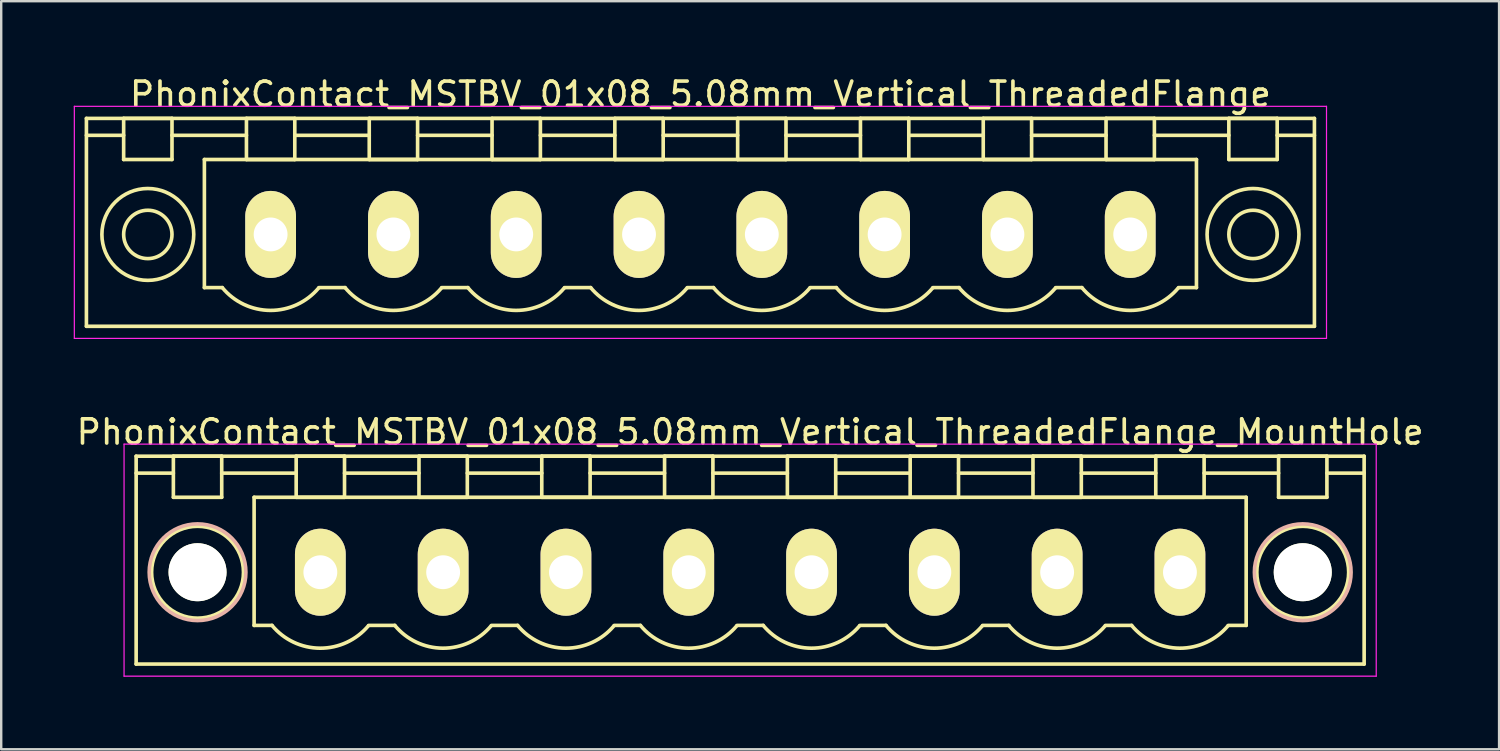
<source format=kicad_pcb>
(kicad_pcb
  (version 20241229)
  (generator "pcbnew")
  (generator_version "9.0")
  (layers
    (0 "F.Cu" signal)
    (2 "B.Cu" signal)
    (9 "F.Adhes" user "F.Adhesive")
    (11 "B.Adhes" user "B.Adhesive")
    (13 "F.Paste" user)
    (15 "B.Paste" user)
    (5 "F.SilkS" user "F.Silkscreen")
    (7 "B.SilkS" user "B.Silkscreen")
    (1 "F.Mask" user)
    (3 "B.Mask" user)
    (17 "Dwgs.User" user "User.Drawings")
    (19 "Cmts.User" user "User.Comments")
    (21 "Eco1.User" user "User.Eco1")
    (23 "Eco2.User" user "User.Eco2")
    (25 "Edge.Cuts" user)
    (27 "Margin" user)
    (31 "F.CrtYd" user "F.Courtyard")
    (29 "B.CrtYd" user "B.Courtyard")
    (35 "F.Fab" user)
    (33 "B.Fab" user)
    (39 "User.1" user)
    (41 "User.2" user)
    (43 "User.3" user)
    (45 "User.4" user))
  (footprint "PhonixContact_MSTBV_01x08_5.08mm_Vertical_ThreadedFlange"
    (layer "F.Cu")
    (at 8.145 6.648)
    (property "Reference" "PhonixContact_MSTBV_01x08_5.08mm_Vertical_ThreadedFlange" (at 17.78 -5.8 0) (layer "F.SilkS") (effects (font (size 1 1) (thickness 0.15))))
    (attr through_hole)
    (fp_line (start -7.62 -4.8) (end -7.62 3.8) (stroke (width 0.15) (type solid)) (layer "F.SilkS"))
    (fp_line (start -7.62 -4.1) (end -6.08 -4.1) (stroke (width 0.15) (type solid)) (layer "F.SilkS"))
    (fp_line (start -7.62 3.8) (end 43.18 3.8) (stroke (width 0.15) (type solid)) (layer "F.SilkS"))
    (fp_line (start -6.08 -4.8) (end -4.08 -4.8) (stroke (width 0.15) (type solid)) (layer "F.SilkS"))
    (fp_line (start -6.08 -3.1) (end -6.08 -4.8) (stroke (width 0.15) (type solid)) (layer "F.SilkS"))
    (fp_line (start -4.08 -4.8) (end -4.08 -3.1) (stroke (width 0.15) (type solid)) (layer "F.SilkS"))
    (fp_line (start -4.08 -4.1) (end -1 -4.1) (stroke (width 0.15) (type solid)) (layer "F.SilkS"))
    (fp_line (start -4.08 -3.1) (end -6.08 -3.1) (stroke (width 0.15) (type solid)) (layer "F.SilkS"))
    (fp_line (start -2.74 -3.1) (end 38.3 -3.1) (stroke (width 0.15) (type solid)) (layer "F.SilkS"))
    (fp_line (start -2.74 2.2) (end -2.74 -3.1) (stroke (width 0.15) (type solid)) (layer "F.SilkS"))
    (fp_line (start -2 2.2) (end -2.74 2.2) (stroke (width 0.15) (type solid)) (layer "F.SilkS"))
    (fp_line (start -1 -4.8) (end 1 -4.8) (stroke (width 0.15) (type solid)) (layer "F.SilkS"))
    (fp_line (start -1 -3.1) (end -1 -4.8) (stroke (width 0.15) (type solid)) (layer "F.SilkS"))
    (fp_line (start 1 -4.8) (end 1 -3.1) (stroke (width 0.15) (type solid)) (layer "F.SilkS"))
    (fp_line (start 1 -4.1) (end 4.08 -4.1) (stroke (width 0.15) (type solid)) (layer "F.SilkS"))
    (fp_line (start 1 -3.1) (end -1 -3.1) (stroke (width 0.15) (type solid)) (layer "F.SilkS"))
    (fp_line (start 2 2.2) (end 3.08 2.2) (stroke (width 0.15) (type solid)) (layer "F.SilkS"))
    (fp_line (start 4.08 -4.8) (end 6.08 -4.8) (stroke (width 0.15) (type solid)) (layer "F.SilkS"))
    (fp_line (start 4.08 -3.1) (end 4.08 -4.8) (stroke (width 0.15) (type solid)) (layer "F.SilkS"))
    (fp_line (start 6.08 -4.8) (end 6.08 -3.1) (stroke (width 0.15) (type solid)) (layer "F.SilkS"))
    (fp_line (start 6.08 -4.1) (end 9.16 -4.1) (stroke (width 0.15) (type solid)) (layer "F.SilkS"))
    (fp_line (start 6.08 -3.1) (end 4.08 -3.1) (stroke (width 0.15) (type solid)) (layer "F.SilkS"))
    (fp_line (start 7.08 2.2) (end 8.16 2.2) (stroke (width 0.15) (type solid)) (layer "F.SilkS"))
    (fp_line (start 9.16 -4.8) (end 11.16 -4.8) (stroke (width 0.15) (type solid)) (layer "F.SilkS"))
    (fp_line (start 9.16 -3.1) (end 9.16 -4.8) (stroke (width 0.15) (type solid)) (layer "F.SilkS"))
    (fp_line (start 11.16 -4.8) (end 11.16 -3.1) (stroke (width 0.15) (type solid)) (layer "F.SilkS"))
    (fp_line (start 11.16 -4.1) (end 14.24 -4.1) (stroke (width 0.15) (type solid)) (layer "F.SilkS"))
    (fp_line (start 11.16 -3.1) (end 9.16 -3.1) (stroke (width 0.15) (type solid)) (layer "F.SilkS"))
    (fp_line (start 12.16 2.2) (end 13.24 2.2) (stroke (width 0.15) (type solid)) (layer "F.SilkS"))
    (fp_line (start 14.24 -4.8) (end 16.24 -4.8) (stroke (width 0.15) (type solid)) (layer "F.SilkS"))
    (fp_line (start 14.24 -3.1) (end 14.24 -4.8) (stroke (width 0.15) (type solid)) (layer "F.SilkS"))
    (fp_line (start 16.24 -4.8) (end 16.24 -3.1) (stroke (width 0.15) (type solid)) (layer "F.SilkS"))
    (fp_line (start 16.24 -4.1) (end 19.32 -4.1) (stroke (width 0.15) (type solid)) (layer "F.SilkS"))
    (fp_line (start 16.24 -3.1) (end 14.24 -3.1) (stroke (width 0.15) (type solid)) (layer "F.SilkS"))
    (fp_line (start 17.24 2.2) (end 18.32 2.2) (stroke (width 0.15) (type solid)) (layer "F.SilkS"))
    (fp_line (start 19.32 -4.8) (end 21.32 -4.8) (stroke (width 0.15) (type solid)) (layer "F.SilkS"))
    (fp_line (start 19.32 -3.1) (end 19.32 -4.8) (stroke (width 0.15) (type solid)) (layer "F.SilkS"))
    (fp_line (start 21.32 -4.8) (end 21.32 -3.1) (stroke (width 0.15) (type solid)) (layer "F.SilkS"))
    (fp_line (start 21.32 -4.1) (end 24.4 -4.1) (stroke (width 0.15) (type solid)) (layer "F.SilkS"))
    (fp_line (start 21.32 -3.1) (end 19.32 -3.1) (stroke (width 0.15) (type solid)) (layer "F.SilkS"))
    (fp_line (start 22.32 2.2) (end 23.4 2.2) (stroke (width 0.15) (type solid)) (layer "F.SilkS"))
    (fp_line (start 24.4 -4.8) (end 26.4 -4.8) (stroke (width 0.15) (type solid)) (layer "F.SilkS"))
    (fp_line (start 24.4 -3.1) (end 24.4 -4.8) (stroke (width 0.15) (type solid)) (layer "F.SilkS"))
    (fp_line (start 26.4 -4.8) (end 26.4 -3.1) (stroke (width 0.15) (type solid)) (layer "F.SilkS"))
    (fp_line (start 26.4 -4.1) (end 29.48 -4.1) (stroke (width 0.15) (type solid)) (layer "F.SilkS"))
    (fp_line (start 26.4 -3.1) (end 24.4 -3.1) (stroke (width 0.15) (type solid)) (layer "F.SilkS"))
    (fp_line (start 27.4 2.2) (end 28.48 2.2) (stroke (width 0.15) (type solid)) (layer "F.SilkS"))
    (fp_line (start 29.48 -4.8) (end 31.48 -4.8) (stroke (width 0.15) (type solid)) (layer "F.SilkS"))
    (fp_line (start 29.48 -3.1) (end 29.48 -4.8) (stroke (width 0.15) (type solid)) (layer "F.SilkS"))
    (fp_line (start 31.48 -4.8) (end 31.48 -3.1) (stroke (width 0.15) (type solid)) (layer "F.SilkS"))
    (fp_line (start 31.48 -4.1) (end 34.56 -4.1) (stroke (width 0.15) (type solid)) (layer "F.SilkS"))
    (fp_line (start 31.48 -3.1) (end 29.48 -3.1) (stroke (width 0.15) (type solid)) (layer "F.SilkS"))
    (fp_line (start 32.48 2.2) (end 33.56 2.2) (stroke (width 0.15) (type solid)) (layer "F.SilkS"))
    (fp_line (start 34.56 -4.8) (end 36.56 -4.8) (stroke (width 0.15) (type solid)) (layer "F.SilkS"))
    (fp_line (start 34.56 -3.1) (end 34.56 -4.8) (stroke (width 0.15) (type solid)) (layer "F.SilkS"))
    (fp_line (start 36.56 -4.8) (end 36.56 -3.1) (stroke (width 0.15) (type solid)) (layer "F.SilkS"))
    (fp_line (start 36.56 -4.1) (end 39.64 -4.1) (stroke (width 0.15) (type solid)) (layer "F.SilkS"))
    (fp_line (start 36.56 -3.1) (end 34.56 -3.1) (stroke (width 0.15) (type solid)) (layer "F.SilkS"))
    (fp_line (start 38.3 -3.1) (end 38.3 2.2) (stroke (width 0.15) (type solid)) (layer "F.SilkS"))
    (fp_line (start 38.3 2.2) (end 37.56 2.2) (stroke (width 0.15) (type solid)) (layer "F.SilkS"))
    (fp_line (start 39.64 -4.8) (end 41.64 -4.8) (stroke (width 0.15) (type solid)) (layer "F.SilkS"))
    (fp_line (start 39.64 -3.1) (end 39.64 -4.8) (stroke (width 0.15) (type solid)) (layer "F.SilkS"))
    (fp_line (start 41.64 -4.8) (end 41.64 -3.1) (stroke (width 0.15) (type solid)) (layer "F.SilkS"))
    (fp_line (start 41.64 -3.1) (end 39.64 -3.1) (stroke (width 0.15) (type solid)) (layer "F.SilkS"))
    (fp_line (start 43.18 -4.8) (end -7.62 -4.8) (stroke (width 0.15) (type solid)) (layer "F.SilkS"))
    (fp_line (start 43.18 -4.1) (end 41.64 -4.1) (stroke (width 0.15) (type solid)) (layer "F.SilkS"))
    (fp_line (start 43.18 3.8) (end 43.18 -4.8) (stroke (width 0.15) (type solid)) (layer "F.SilkS"))
    (fp_arc (start 1.986842 2.215821) (mid -0.010289 3.142758) (end -2 2.2) (stroke (width 0.15) (type solid)) (layer "F.SilkS"))
    (fp_arc (start 7.066842 2.215821) (mid 5.069711 3.142758) (end 3.08 2.2) (stroke (width 0.15) (type solid)) (layer "F.SilkS"))
    (fp_arc (start 12.146842 2.215821) (mid 10.149711 3.142758) (end 8.16 2.2) (stroke (width 0.15) (type solid)) (layer "F.SilkS"))
    (fp_arc (start 17.226842 2.215821) (mid 15.229711 3.142758) (end 13.24 2.2) (stroke (width 0.15) (type solid)) (layer "F.SilkS"))
    (fp_arc (start 22.306842 2.215821) (mid 20.309711 3.142758) (end 18.32 2.2) (stroke (width 0.15) (type solid)) (layer "F.SilkS"))
    (fp_arc (start 27.386842 2.215821) (mid 25.389711 3.142758) (end 23.4 2.2) (stroke (width 0.15) (type solid)) (layer "F.SilkS"))
    (fp_arc (start 32.466842 2.215821) (mid 30.469711 3.142758) (end 28.48 2.2) (stroke (width 0.15) (type solid)) (layer "F.SilkS"))
    (fp_arc (start 37.546842 2.215821) (mid 35.549711 3.142758) (end 33.56 2.2) (stroke (width 0.15) (type solid)) (layer "F.SilkS"))
    (fp_circle (center -5.08 0) (end -4.08 0) (stroke (width 0.15) (type solid)) (fill no) (layer "F.SilkS"))
    (fp_circle (center -5.08 0) (end -3.18 0) (stroke (width 0.15) (type solid)) (fill no) (layer "F.SilkS"))
    (fp_circle (center 40.64 0) (end 41.64 0) (stroke (width 0.15) (type solid)) (fill no) (layer "F.SilkS"))
    (fp_circle (center 40.64 0) (end 42.54 0) (stroke (width 0.15) (type solid)) (fill no) (layer "F.SilkS"))
    (fp_line (start -8.12 -5.3) (end -8.12 4.3) (stroke (width 0.05) (type solid)) (layer "F.CrtYd"))
    (fp_line (start -8.12 4.3) (end 43.68 4.3) (stroke (width 0.05) (type solid)) (layer "F.CrtYd"))
    (fp_line (start 43.68 -5.3) (end -8.12 -5.3) (stroke (width 0.05) (type solid)) (layer "F.CrtYd"))
    (fp_line (start 43.68 4.3) (end 43.68 -5.3) (stroke (width 0.05) (type solid)) (layer "F.CrtYd"))
    (pad "1" thru_hole oval (at 0 0) (size 2.1 3.6) (drill 1.4) (layers "*.Cu" "*.Mask" "F.SilkS"))
    (pad "2" thru_hole oval (at 5.08 0) (size 2.1 3.6) (drill 1.4) (layers "*.Cu" "*.Mask" "F.SilkS"))
    (pad "3" thru_hole oval (at 10.16 0) (size 2.1 3.6) (drill 1.4) (layers "*.Cu" "*.Mask" "F.SilkS"))
    (pad "4" thru_hole oval (at 15.24 0) (size 2.1 3.6) (drill 1.4) (layers "*.Cu" "*.Mask" "F.SilkS"))
    (pad "5" thru_hole oval (at 20.32 0) (size 2.1 3.6) (drill 1.4) (layers "*.Cu" "*.Mask" "F.SilkS"))
    (pad "6" thru_hole oval (at 25.4 0) (size 2.1 3.6) (drill 1.4) (layers "*.Cu" "*.Mask" "F.SilkS"))
    (pad "7" thru_hole oval (at 30.48 0) (size 2.1 3.6) (drill 1.4) (layers "*.Cu" "*.Mask" "F.SilkS"))
    (pad "8" thru_hole oval (at 35.56 0) (size 2.1 3.6) (drill 1.4) (layers "*.Cu" "*.Mask" "F.SilkS")))
  (footprint "PhonixContact_MSTBV_01x08_5.08mm_Vertical_ThreadedFlange_MountHole"
    (layer "F.Cu")
    (at 10.202 20.622)
    (property "Reference" "PhonixContact_MSTBV_01x08_5.08mm_Vertical_ThreadedFlange_MountHole" (at 17.78 -5.8 0) (layer "F.SilkS") (effects (font (size 1 1) (thickness 0.15))))
    (attr through_hole)
    (fp_line (start -7.62 -4.8) (end -7.62 3.8) (stroke (width 0.15) (type solid)) (layer "F.SilkS"))
    (fp_line (start -7.62 -4.1) (end -6.08 -4.1) (stroke (width 0.15) (type solid)) (layer "F.SilkS"))
    (fp_line (start -7.62 3.8) (end 43.18 3.8) (stroke (width 0.15) (type solid)) (layer "F.SilkS"))
    (fp_line (start -6.08 -4.8) (end -4.08 -4.8) (stroke (width 0.15) (type solid)) (layer "F.SilkS"))
    (fp_line (start -6.08 -3.1) (end -6.08 -4.8) (stroke (width 0.15) (type solid)) (layer "F.SilkS"))
    (fp_line (start -4.08 -4.8) (end -4.08 -3.1) (stroke (width 0.15) (type solid)) (layer "F.SilkS"))
    (fp_line (start -4.08 -4.1) (end -1 -4.1) (stroke (width 0.15) (type solid)) (layer "F.SilkS"))
    (fp_line (start -4.08 -3.1) (end -6.08 -3.1) (stroke (width 0.15) (type solid)) (layer "F.SilkS"))
    (fp_line (start -2.74 -3.1) (end 38.3 -3.1) (stroke (width 0.15) (type solid)) (layer "F.SilkS"))
    (fp_line (start -2.74 2.2) (end -2.74 -3.1) (stroke (width 0.15) (type solid)) (layer "F.SilkS"))
    (fp_line (start -2 2.2) (end -2.74 2.2) (stroke (width 0.15) (type solid)) (layer "F.SilkS"))
    (fp_line (start -1 -4.8) (end 1 -4.8) (stroke (width 0.15) (type solid)) (layer "F.SilkS"))
    (fp_line (start -1 -3.1) (end -1 -4.8) (stroke (width 0.15) (type solid)) (layer "F.SilkS"))
    (fp_line (start 1 -4.8) (end 1 -3.1) (stroke (width 0.15) (type solid)) (layer "F.SilkS"))
    (fp_line (start 1 -4.1) (end 4.08 -4.1) (stroke (width 0.15) (type solid)) (layer "F.SilkS"))
    (fp_line (start 1 -3.1) (end -1 -3.1) (stroke (width 0.15) (type solid)) (layer "F.SilkS"))
    (fp_line (start 2 2.2) (end 3.08 2.2) (stroke (width 0.15) (type solid)) (layer "F.SilkS"))
    (fp_line (start 4.08 -4.8) (end 6.08 -4.8) (stroke (width 0.15) (type solid)) (layer "F.SilkS"))
    (fp_line (start 4.08 -3.1) (end 4.08 -4.8) (stroke (width 0.15) (type solid)) (layer "F.SilkS"))
    (fp_line (start 6.08 -4.8) (end 6.08 -3.1) (stroke (width 0.15) (type solid)) (layer "F.SilkS"))
    (fp_line (start 6.08 -4.1) (end 9.16 -4.1) (stroke (width 0.15) (type solid)) (layer "F.SilkS"))
    (fp_line (start 6.08 -3.1) (end 4.08 -3.1) (stroke (width 0.15) (type solid)) (layer "F.SilkS"))
    (fp_line (start 7.08 2.2) (end 8.16 2.2) (stroke (width 0.15) (type solid)) (layer "F.SilkS"))
    (fp_line (start 9.16 -4.8) (end 11.16 -4.8) (stroke (width 0.15) (type solid)) (layer "F.SilkS"))
    (fp_line (start 9.16 -3.1) (end 9.16 -4.8) (stroke (width 0.15) (type solid)) (layer "F.SilkS"))
    (fp_line (start 11.16 -4.8) (end 11.16 -3.1) (stroke (width 0.15) (type solid)) (layer "F.SilkS"))
    (fp_line (start 11.16 -4.1) (end 14.24 -4.1) (stroke (width 0.15) (type solid)) (layer "F.SilkS"))
    (fp_line (start 11.16 -3.1) (end 9.16 -3.1) (stroke (width 0.15) (type solid)) (layer "F.SilkS"))
    (fp_line (start 12.16 2.2) (end 13.24 2.2) (stroke (width 0.15) (type solid)) (layer "F.SilkS"))
    (fp_line (start 14.24 -4.8) (end 16.24 -4.8) (stroke (width 0.15) (type solid)) (layer "F.SilkS"))
    (fp_line (start 14.24 -3.1) (end 14.24 -4.8) (stroke (width 0.15) (type solid)) (layer "F.SilkS"))
    (fp_line (start 16.24 -4.8) (end 16.24 -3.1) (stroke (width 0.15) (type solid)) (layer "F.SilkS"))
    (fp_line (start 16.24 -4.1) (end 19.32 -4.1) (stroke (width 0.15) (type solid)) (layer "F.SilkS"))
    (fp_line (start 16.24 -3.1) (end 14.24 -3.1) (stroke (width 0.15) (type solid)) (layer "F.SilkS"))
    (fp_line (start 17.24 2.2) (end 18.32 2.2) (stroke (width 0.15) (type solid)) (layer "F.SilkS"))
    (fp_line (start 19.32 -4.8) (end 21.32 -4.8) (stroke (width 0.15) (type solid)) (layer "F.SilkS"))
    (fp_line (start 19.32 -3.1) (end 19.32 -4.8) (stroke (width 0.15) (type solid)) (layer "F.SilkS"))
    (fp_line (start 21.32 -4.8) (end 21.32 -3.1) (stroke (width 0.15) (type solid)) (layer "F.SilkS"))
    (fp_line (start 21.32 -4.1) (end 24.4 -4.1) (stroke (width 0.15) (type solid)) (layer "F.SilkS"))
    (fp_line (start 21.32 -3.1) (end 19.32 -3.1) (stroke (width 0.15) (type solid)) (layer "F.SilkS"))
    (fp_line (start 22.32 2.2) (end 23.4 2.2) (stroke (width 0.15) (type solid)) (layer "F.SilkS"))
    (fp_line (start 24.4 -4.8) (end 26.4 -4.8) (stroke (width 0.15) (type solid)) (layer "F.SilkS"))
    (fp_line (start 24.4 -3.1) (end 24.4 -4.8) (stroke (width 0.15) (type solid)) (layer "F.SilkS"))
    (fp_line (start 26.4 -4.8) (end 26.4 -3.1) (stroke (width 0.15) (type solid)) (layer "F.SilkS"))
    (fp_line (start 26.4 -4.1) (end 29.48 -4.1) (stroke (width 0.15) (type solid)) (layer "F.SilkS"))
    (fp_line (start 26.4 -3.1) (end 24.4 -3.1) (stroke (width 0.15) (type solid)) (layer "F.SilkS"))
    (fp_line (start 27.4 2.2) (end 28.48 2.2) (stroke (width 0.15) (type solid)) (layer "F.SilkS"))
    (fp_line (start 29.48 -4.8) (end 31.48 -4.8) (stroke (width 0.15) (type solid)) (layer "F.SilkS"))
    (fp_line (start 29.48 -3.1) (end 29.48 -4.8) (stroke (width 0.15) (type solid)) (layer "F.SilkS"))
    (fp_line (start 31.48 -4.8) (end 31.48 -3.1) (stroke (width 0.15) (type solid)) (layer "F.SilkS"))
    (fp_line (start 31.48 -4.1) (end 34.56 -4.1) (stroke (width 0.15) (type solid)) (layer "F.SilkS"))
    (fp_line (start 31.48 -3.1) (end 29.48 -3.1) (stroke (width 0.15) (type solid)) (layer "F.SilkS"))
    (fp_line (start 32.48 2.2) (end 33.56 2.2) (stroke (width 0.15) (type solid)) (layer "F.SilkS"))
    (fp_line (start 34.56 -4.8) (end 36.56 -4.8) (stroke (width 0.15) (type solid)) (layer "F.SilkS"))
    (fp_line (start 34.56 -3.1) (end 34.56 -4.8) (stroke (width 0.15) (type solid)) (layer "F.SilkS"))
    (fp_line (start 36.56 -4.8) (end 36.56 -3.1) (stroke (width 0.15) (type solid)) (layer "F.SilkS"))
    (fp_line (start 36.56 -4.1) (end 39.64 -4.1) (stroke (width 0.15) (type solid)) (layer "F.SilkS"))
    (fp_line (start 36.56 -3.1) (end 34.56 -3.1) (stroke (width 0.15) (type solid)) (layer "F.SilkS"))
    (fp_line (start 38.3 -3.1) (end 38.3 2.2) (stroke (width 0.15) (type solid)) (layer "F.SilkS"))
    (fp_line (start 38.3 2.2) (end 37.56 2.2) (stroke (width 0.15) (type solid)) (layer "F.SilkS"))
    (fp_line (start 39.64 -4.8) (end 41.64 -4.8) (stroke (width 0.15) (type solid)) (layer "F.SilkS"))
    (fp_line (start 39.64 -3.1) (end 39.64 -4.8) (stroke (width 0.15) (type solid)) (layer "F.SilkS"))
    (fp_line (start 41.64 -4.8) (end 41.64 -3.1) (stroke (width 0.15) (type solid)) (layer "F.SilkS"))
    (fp_line (start 41.64 -3.1) (end 39.64 -3.1) (stroke (width 0.15) (type solid)) (layer "F.SilkS"))
    (fp_line (start 43.18 -4.8) (end -7.62 -4.8) (stroke (width 0.15) (type solid)) (layer "F.SilkS"))
    (fp_line (start 43.18 -4.1) (end 41.64 -4.1) (stroke (width 0.15) (type solid)) (layer "F.SilkS"))
    (fp_line (start 43.18 3.8) (end 43.18 -4.8) (stroke (width 0.15) (type solid)) (layer "F.SilkS"))
    (fp_arc (start 1.986842 2.215821) (mid -0.010289 3.142758) (end -2 2.2) (stroke (width 0.15) (type solid)) (layer "F.SilkS"))
    (fp_arc (start 7.066842 2.215821) (mid 5.069711 3.142758) (end 3.08 2.2) (stroke (width 0.15) (type solid)) (layer "F.SilkS"))
    (fp_arc (start 12.146842 2.215821) (mid 10.149711 3.142758) (end 8.16 2.2) (stroke (width 0.15) (type solid)) (layer "F.SilkS"))
    (fp_arc (start 17.226842 2.215821) (mid 15.229711 3.142758) (end 13.24 2.2) (stroke (width 0.15) (type solid)) (layer "F.SilkS"))
    (fp_arc (start 22.306842 2.215821) (mid 20.309711 3.142758) (end 18.32 2.2) (stroke (width 0.15) (type solid)) (layer "F.SilkS"))
    (fp_arc (start 27.386842 2.215821) (mid 25.389711 3.142758) (end 23.4 2.2) (stroke (width 0.15) (type solid)) (layer "F.SilkS"))
    (fp_arc (start 32.466842 2.215821) (mid 30.469711 3.142758) (end 28.48 2.2) (stroke (width 0.15) (type solid)) (layer "F.SilkS"))
    (fp_arc (start 37.546842 2.215821) (mid 35.549711 3.142758) (end 33.56 2.2) (stroke (width 0.15) (type solid)) (layer "F.SilkS"))
    (fp_circle (center -5.08 0) (end -4.08 0) (stroke (width 0.15) (type solid)) (fill no) (layer "F.SilkS"))
    (fp_circle (center -5.08 0) (end -3.18 0) (stroke (width 0.15) (type solid)) (fill no) (layer "F.SilkS"))
    (fp_circle (center 40.64 0) (end 41.64 0) (stroke (width 0.15) (type solid)) (fill no) (layer "F.SilkS"))
    (fp_circle (center 40.64 0) (end 42.54 0) (stroke (width 0.15) (type solid)) (fill no) (layer "F.SilkS"))
    (fp_circle (center -5.08 0) (end -3.08 0) (stroke (width 0.15) (type solid)) (fill no) (layer "B.SilkS"))
    (fp_circle (center 40.64 0) (end 42.64 0) (stroke (width 0.15) (type solid)) (fill no) (layer "B.SilkS"))
    (fp_line (start -8.12 -5.3) (end -8.12 4.3) (stroke (width 0.05) (type solid)) (layer "F.CrtYd"))
    (fp_line (start -8.12 4.3) (end 43.68 4.3) (stroke (width 0.05) (type solid)) (layer "F.CrtYd"))
    (fp_line (start 43.68 -5.3) (end -8.12 -5.3) (stroke (width 0.05) (type solid)) (layer "F.CrtYd"))
    (fp_line (start 43.68 4.3) (end 43.68 -5.3) (stroke (width 0.05) (type solid)) (layer "F.CrtYd"))
    (pad "" np_thru_hole circle (at -5.08 0) (size 2.4 2.4) (drill 2.4) (layers "*.Cu" "*.Mask" "F.SilkS"))
    (pad "" np_thru_hole circle (at 40.64 0) (size 2.4 2.4) (drill 2.4) (layers "*.Cu" "*.Mask" "F.SilkS"))
    (pad "1" thru_hole oval (at 0 0) (size 2.1 3.6) (drill 1.4) (layers "*.Cu" "*.Mask" "F.SilkS"))
    (pad "2" thru_hole oval (at 5.08 0) (size 2.1 3.6) (drill 1.4) (layers "*.Cu" "*.Mask" "F.SilkS"))
    (pad "3" thru_hole oval (at 10.16 0) (size 2.1 3.6) (drill 1.4) (layers "*.Cu" "*.Mask" "F.SilkS"))
    (pad "4" thru_hole oval (at 15.24 0) (size 2.1 3.6) (drill 1.4) (layers "*.Cu" "*.Mask" "F.SilkS"))
    (pad "5" thru_hole oval (at 20.32 0) (size 2.1 3.6) (drill 1.4) (layers "*.Cu" "*.Mask" "F.SilkS"))
    (pad "6" thru_hole oval (at 25.4 0) (size 2.1 3.6) (drill 1.4) (layers "*.Cu" "*.Mask" "F.SilkS"))
    (pad "7" thru_hole oval (at 30.48 0) (size 2.1 3.6) (drill 1.4) (layers "*.Cu" "*.Mask" "F.SilkS"))
    (pad "8" thru_hole oval (at 35.56 0) (size 2.1 3.6) (drill 1.4) (layers "*.Cu" "*.Mask" "F.SilkS")))
  (gr_rect
    (start -3 -3)
    (end 58.964 27.947)
    (stroke (width 0.1) (type default))
    (fill no)
    (layer "Edge.Cuts")))
</source>
